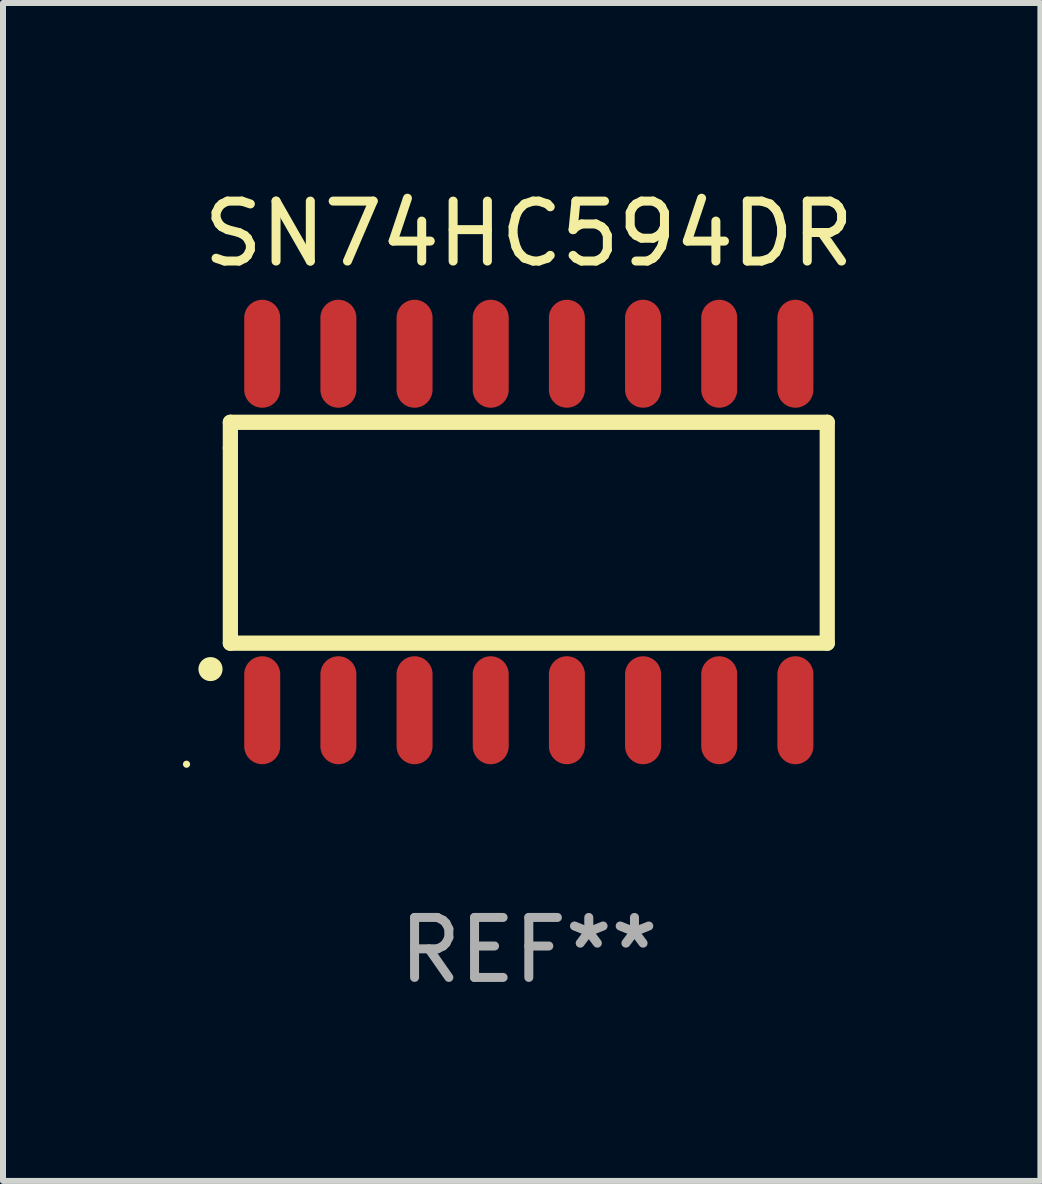
<source format=kicad_pcb>
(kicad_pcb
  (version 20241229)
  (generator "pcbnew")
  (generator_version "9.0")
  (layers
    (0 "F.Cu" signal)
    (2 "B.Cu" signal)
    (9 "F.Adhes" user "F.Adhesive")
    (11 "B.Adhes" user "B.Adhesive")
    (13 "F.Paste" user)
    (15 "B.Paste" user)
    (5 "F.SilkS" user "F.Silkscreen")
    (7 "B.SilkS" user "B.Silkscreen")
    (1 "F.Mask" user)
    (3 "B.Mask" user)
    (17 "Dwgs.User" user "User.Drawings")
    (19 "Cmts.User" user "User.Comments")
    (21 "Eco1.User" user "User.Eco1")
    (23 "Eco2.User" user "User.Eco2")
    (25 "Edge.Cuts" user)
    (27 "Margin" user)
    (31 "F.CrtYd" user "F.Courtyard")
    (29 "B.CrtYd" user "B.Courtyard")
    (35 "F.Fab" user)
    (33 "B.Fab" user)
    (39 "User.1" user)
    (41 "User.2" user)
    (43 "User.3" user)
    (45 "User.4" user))
  (footprint "SN74HC594DR"
    (layer "F.Cu")
    (at 5.767 5.82)
    (property "Reference" "SN74HC594DR" (at 0 -4.972 0) (layer "F.SilkS") (effects (font (size 1 1) (thickness 0.15))))
    (attr through_hole)
    (fp_line (start -4.976 -1.829) (end -4.976 -1.4) (stroke (width 0.254) (type solid)) (layer "F.SilkS"))
    (fp_line (start -4.976 -1.4) (end -4.976 1.854) (stroke (width 0.254) (type solid)) (layer "F.SilkS"))
    (fp_line (start -4.976 1.854) (end 4.976 1.854) (stroke (width 0.254) (type solid)) (layer "F.SilkS"))
    (fp_line (start 4.976 -1.829) (end -4.976 -1.829) (stroke (width 0.254) (type solid)) (layer "F.SilkS"))
    (fp_line (start 4.976 1.854) (end 4.976 -1.829) (stroke (width 0.254) (type solid)) (layer "F.SilkS"))
    (fp_arc (start -5.308611 2.286005) (mid -5.307341 2.286001) (end -5.306071 2.286005) (stroke (width 0.4) (type solid)) (layer "F.SilkS"))
    (fp_circle (center -5.707 3.872) (end -5.677 3.872) (stroke (width 0.06) (type solid)) (fill no) (layer "F.SilkS"))
    (fp_text user "REF**" (at 0 6.972 0) (layer "F.Fab") (effects (font (size 1 1) (thickness 0.15))))
    (pad "1" smd oval (at -4.445 2.972 180) (size 0.6 1.8) (layers "F.Cu" "F.Mask" "F.Paste"))
    (pad "2" smd oval (at -3.175 2.972 180) (size 0.6 1.8) (layers "F.Cu" "F.Mask" "F.Paste"))
    (pad "3" smd oval (at -1.905 2.972 180) (size 0.6 1.8) (layers "F.Cu" "F.Mask" "F.Paste"))
    (pad "4" smd oval (at -0.635 2.972 180) (size 0.6 1.8) (layers "F.Cu" "F.Mask" "F.Paste"))
    (pad "5" smd oval (at 0.635 2.972 180) (size 0.6 1.8) (layers "F.Cu" "F.Mask" "F.Paste"))
    (pad "6" smd oval (at 1.905 2.972 180) (size 0.6 1.8) (layers "F.Cu" "F.Mask" "F.Paste"))
    (pad "7" smd oval (at 3.175 2.972 180) (size 0.6 1.8) (layers "F.Cu" "F.Mask" "F.Paste"))
    (pad "8" smd oval (at 4.445 2.972 180) (size 0.6 1.8) (layers "F.Cu" "F.Mask" "F.Paste"))
    (pad "9" smd oval (at 4.445 -2.972 180) (size 0.6 1.8) (layers "F.Cu" "F.Mask" "F.Paste"))
    (pad "10" smd oval (at 3.175 -2.972 180) (size 0.6 1.8) (layers "F.Cu" "F.Mask" "F.Paste"))
    (pad "11" smd oval (at 1.905 -2.972 180) (size 0.6 1.8) (layers "F.Cu" "F.Mask" "F.Paste"))
    (pad "12" smd oval (at 0.635 -2.972 180) (size 0.6 1.8) (layers "F.Cu" "F.Mask" "F.Paste"))
    (pad "13" smd oval (at -0.635 -2.972 180) (size 0.6 1.8) (layers "F.Cu" "F.Mask" "F.Paste"))
    (pad "14" smd oval (at -1.905 -2.972 180) (size 0.6 1.8) (layers "F.Cu" "F.Mask" "F.Paste"))
    (pad "15" smd oval (at -3.175 -2.972 180) (size 0.6 1.8) (layers "F.Cu" "F.Mask" "F.Paste"))
    (pad "16" smd oval (at -4.445 -2.972 180) (size 0.6 1.8) (layers "F.Cu" "F.Mask" "F.Paste")))
  (gr_rect
    (start -3 -3)
    (end 14.297 16.64)
    (stroke (width 0.1) (type default))
    (fill no)
    (layer "Edge.Cuts")))
</source>
